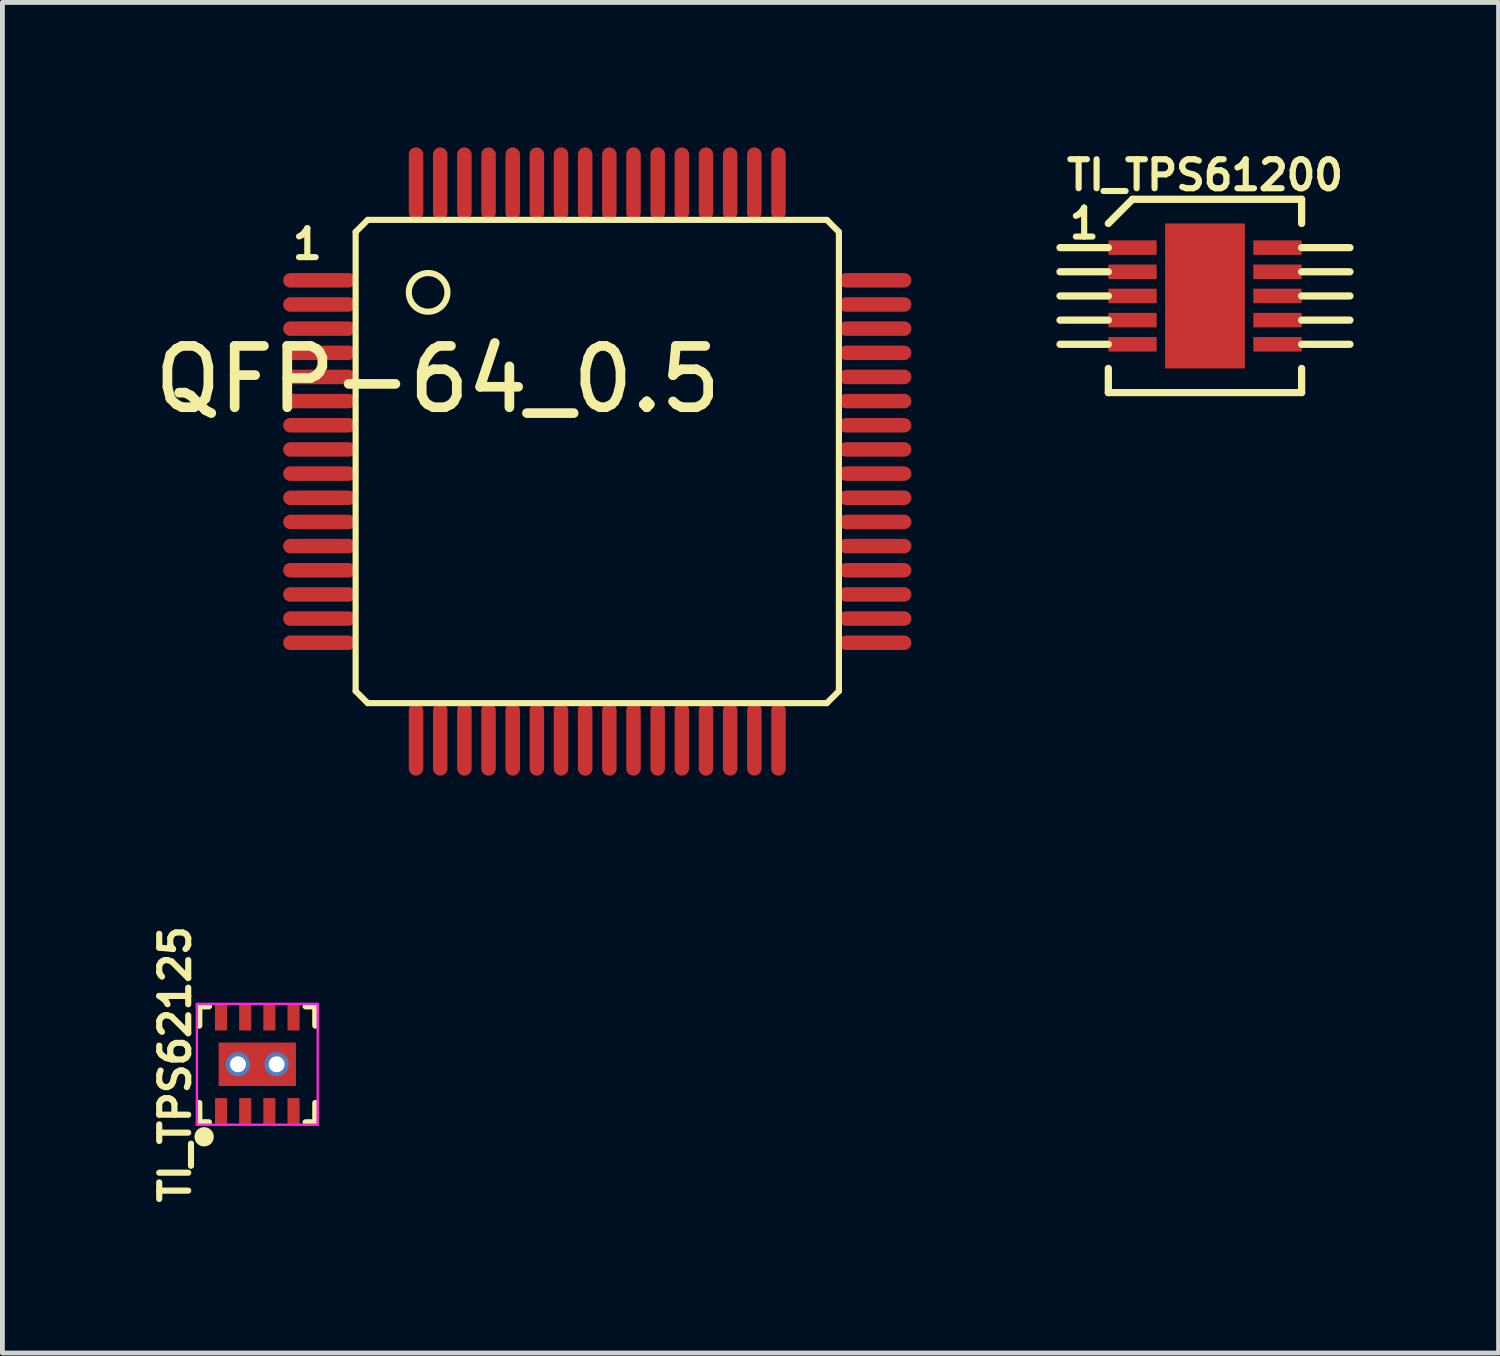
<source format=kicad_pcb>
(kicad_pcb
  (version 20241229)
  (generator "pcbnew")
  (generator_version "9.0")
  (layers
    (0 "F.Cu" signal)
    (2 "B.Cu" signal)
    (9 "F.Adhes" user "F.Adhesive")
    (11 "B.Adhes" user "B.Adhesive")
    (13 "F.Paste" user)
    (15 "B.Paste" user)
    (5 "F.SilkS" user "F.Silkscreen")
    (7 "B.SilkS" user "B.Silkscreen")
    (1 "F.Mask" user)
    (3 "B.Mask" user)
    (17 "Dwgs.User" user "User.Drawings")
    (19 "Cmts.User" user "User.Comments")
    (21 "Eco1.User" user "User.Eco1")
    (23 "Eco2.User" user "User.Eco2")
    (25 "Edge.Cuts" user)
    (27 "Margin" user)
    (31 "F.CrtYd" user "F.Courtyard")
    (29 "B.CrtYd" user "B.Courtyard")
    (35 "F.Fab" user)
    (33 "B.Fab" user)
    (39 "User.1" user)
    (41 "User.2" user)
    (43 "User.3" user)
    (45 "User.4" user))
  (footprint "TI_TPS62125"
    (layer "F.Cu")
    (at 2.274 18.973)
    (property "Reference" "TI_TPS62125" (at -1.7 0 90) (layer "F.SilkS") (effects (font (size 0.6 0.6) (thickness 0.127))))
    (attr smd)
    (fp_line (start -1.2 -1.2) (end -1.2 -0.8) (stroke (width 0.127) (type solid)) (layer "F.SilkS"))
    (fp_line (start -1.2 -1.2) (end -1 -1.2) (stroke (width 0.127) (type solid)) (layer "F.SilkS"))
    (fp_line (start -1.2 1.2) (end -1.2 0.8) (stroke (width 0.127) (type solid)) (layer "F.SilkS"))
    (fp_line (start -1 1.2) (end -1.2 1.2) (stroke (width 0.127) (type solid)) (layer "F.SilkS"))
    (fp_line (start 1 -1.2) (end 1.2 -1.2) (stroke (width 0.127) (type solid)) (layer "F.SilkS"))
    (fp_line (start 1 1.2) (end 1.2 1.2) (stroke (width 0.127) (type solid)) (layer "F.SilkS"))
    (fp_line (start 1.2 -1.2) (end 1.2 -0.8) (stroke (width 0.127) (type solid)) (layer "F.SilkS"))
    (fp_line (start 1.2 1.2) (end 1.2 0.8) (stroke (width 0.127) (type solid)) (layer "F.SilkS"))
    (fp_circle (center -1.1 1.5) (end -1.1 1.6) (stroke (width 0.2) (type solid)) (fill no) (layer "F.SilkS"))
    (fp_line (start -1.25 -1.25) (end 1.25 -1.25) (stroke (width 0.05) (type solid)) (layer "F.CrtYd"))
    (fp_line (start -1.25 1.25) (end -1.25 -1.25) (stroke (width 0.05) (type solid)) (layer "F.CrtYd"))
    (fp_line (start 1.25 -1.25) (end 1.25 1.25) (stroke (width 0.05) (type solid)) (layer "F.CrtYd"))
    (fp_line (start 1.25 1.25) (end -1.25 1.25) (stroke (width 0.05) (type solid)) (layer "F.CrtYd"))
    (pad "1" smd rect (at -0.75 0.975) (size 0.25 0.55) (layers "F.Cu" "F.Mask" "F.Paste"))
    (pad "2" smd rect (at -0.25 0.975) (size 0.25 0.55) (layers "F.Cu" "F.Mask" "F.Paste"))
    (pad "3" smd rect (at 0.25 0.975) (size 0.25 0.55) (layers "F.Cu" "F.Mask" "F.Paste"))
    (pad "4" smd rect (at 0.75 0.975) (size 0.25 0.55) (layers "F.Cu" "F.Mask" "F.Paste"))
    (pad "5" smd rect (at 0.75 -0.975) (size 0.25 0.55) (layers "F.Cu" "F.Mask" "F.Paste"))
    (pad "6" smd rect (at 0.25 -0.975) (size 0.25 0.55) (layers "F.Cu" "F.Mask" "F.Paste"))
    (pad "7" smd rect (at -0.25 -0.975) (size 0.25 0.55) (layers "F.Cu" "F.Mask" "F.Paste"))
    (pad "8" smd rect (at -0.75 -0.975) (size 0.25 0.55) (layers "F.Cu" "F.Mask" "F.Paste"))
    (pad "9" thru_hole circle (at -0.4 0) (size 0.5 0.5) (drill 0.33) (layers "*.Cu"))
    (pad "9" smd rect (at 0 0) (size 1.6 0.9) (layers "F.Cu" "F.Mask" "F.Paste"))
    (pad "9" thru_hole circle (at 0.4 0) (size 0.5 0.5) (drill 0.33) (layers "*.Cu")))
  (footprint "QFP-64_0.5"
    (layer "F.Cu")
    (at 9.309 6.5)
    (property "Reference" "QFP-64_0.5" (at -3.3 -1.7 0) (layer "F.SilkS") (effects (font (size 1.27 1.27) (thickness 0.2))))
    (attr smd)
    (fp_line (start -5 -4.75) (end -4.75 -5) (stroke (width 0.127) (type solid)) (layer "F.SilkS"))
    (fp_line (start -5 4.75) (end -5 -4.75) (stroke (width 0.127) (type solid)) (layer "F.SilkS"))
    (fp_line (start -4.75 -5) (end 4.75 -5) (stroke (width 0.127) (type solid)) (layer "F.SilkS"))
    (fp_line (start -4.75 5) (end -5 4.75) (stroke (width 0.127) (type solid)) (layer "F.SilkS"))
    (fp_line (start 4.75 -5) (end 5 -4.75) (stroke (width 0.127) (type solid)) (layer "F.SilkS"))
    (fp_line (start 4.75 5) (end -4.75 5) (stroke (width 0.127) (type solid)) (layer "F.SilkS"))
    (fp_line (start 5 -4.75) (end 5 4.75) (stroke (width 0.127) (type solid)) (layer "F.SilkS"))
    (fp_line (start 5 4.75) (end 4.75 5) (stroke (width 0.127) (type solid)) (layer "F.SilkS"))
    (fp_circle (center -3.5 -3.5) (end -3.1 -3.5) (stroke (width 0.127) (type solid)) (fill no) (layer "F.SilkS"))
    (fp_text user "1" (at -6 -4.5 0) (layer "F.SilkS") (effects (font (size 0.6 0.6) (thickness 0.127))))
    (pad "1" smd oval (at -5.75 -3.75) (size 1.5 0.3) (layers "F.Cu" "F.Mask" "F.Paste"))
    (pad "2" smd oval (at -5.75 -3.25) (size 1.5 0.3) (layers "F.Cu" "F.Mask" "F.Paste"))
    (pad "3" smd oval (at -5.75 -2.75) (size 1.5 0.3) (layers "F.Cu" "F.Mask" "F.Paste"))
    (pad "4" smd oval (at -5.75 -2.25) (size 1.5 0.3) (layers "F.Cu" "F.Mask" "F.Paste"))
    (pad "5" smd oval (at -5.75 -1.75) (size 1.5 0.3) (layers "F.Cu" "F.Mask" "F.Paste"))
    (pad "6" smd oval (at -5.75 -1.25) (size 1.5 0.3) (layers "F.Cu" "F.Mask" "F.Paste"))
    (pad "7" smd oval (at -5.75 -0.75) (size 1.5 0.3) (layers "F.Cu" "F.Mask" "F.Paste"))
    (pad "8" smd oval (at -5.75 -0.25) (size 1.5 0.3) (layers "F.Cu" "F.Mask" "F.Paste"))
    (pad "9" smd oval (at -5.75 0.25) (size 1.5 0.3) (layers "F.Cu" "F.Mask" "F.Paste"))
    (pad "10" smd oval (at -5.75 0.75) (size 1.5 0.3) (layers "F.Cu" "F.Mask" "F.Paste"))
    (pad "11" smd oval (at -5.75 1.25) (size 1.5 0.3) (layers "F.Cu" "F.Mask" "F.Paste"))
    (pad "12" smd oval (at -5.75 1.75) (size 1.5 0.3) (layers "F.Cu" "F.Mask" "F.Paste"))
    (pad "13" smd oval (at -5.75 2.25) (size 1.5 0.3) (layers "F.Cu" "F.Mask" "F.Paste"))
    (pad "14" smd oval (at -5.75 2.75) (size 1.5 0.3) (layers "F.Cu" "F.Mask" "F.Paste"))
    (pad "15" smd oval (at -5.75 3.25) (size 1.5 0.3) (layers "F.Cu" "F.Mask" "F.Paste"))
    (pad "16" smd oval (at -5.75 3.75) (size 1.5 0.3) (layers "F.Cu" "F.Mask" "F.Paste"))
    (pad "17" smd oval (at -3.75 5.75 90) (size 1.5 0.3) (layers "F.Cu" "F.Mask" "F.Paste"))
    (pad "18" smd oval (at -3.25 5.75 90) (size 1.5 0.3) (layers "F.Cu" "F.Mask" "F.Paste"))
    (pad "19" smd oval (at -2.75 5.75 90) (size 1.5 0.3) (layers "F.Cu" "F.Mask" "F.Paste"))
    (pad "20" smd oval (at -2.25 5.75 90) (size 1.5 0.3) (layers "F.Cu" "F.Mask" "F.Paste"))
    (pad "21" smd oval (at -1.75 5.75 90) (size 1.5 0.3) (layers "F.Cu" "F.Mask" "F.Paste"))
    (pad "22" smd oval (at -1.25 5.75 90) (size 1.5 0.3) (layers "F.Cu" "F.Mask" "F.Paste"))
    (pad "23" smd oval (at -0.75 5.75 90) (size 1.5 0.3) (layers "F.Cu" "F.Mask" "F.Paste"))
    (pad "24" smd oval (at -0.25 5.75 90) (size 1.5 0.3) (layers "F.Cu" "F.Mask" "F.Paste"))
    (pad "25" smd oval (at 0.25 5.75 90) (size 1.5 0.3) (layers "F.Cu" "F.Mask" "F.Paste"))
    (pad "26" smd oval (at 0.75 5.75 90) (size 1.5 0.3) (layers "F.Cu" "F.Mask" "F.Paste"))
    (pad "27" smd oval (at 1.25 5.75 90) (size 1.5 0.3) (layers "F.Cu" "F.Mask" "F.Paste"))
    (pad "28" smd oval (at 1.75 5.75 90) (size 1.5 0.3) (layers "F.Cu" "F.Mask" "F.Paste"))
    (pad "29" smd oval (at 2.25 5.75 90) (size 1.5 0.3) (layers "F.Cu" "F.Mask" "F.Paste"))
    (pad "30" smd oval (at 2.75 5.75 90) (size 1.5 0.3) (layers "F.Cu" "F.Mask" "F.Paste"))
    (pad "31" smd oval (at 3.25 5.75 90) (size 1.5 0.3) (layers "F.Cu" "F.Mask" "F.Paste"))
    (pad "32" smd oval (at 3.75 5.75 90) (size 1.5 0.3) (layers "F.Cu" "F.Mask" "F.Paste"))
    (pad "33" smd oval (at 5.75 3.75) (size 1.5 0.3) (layers "F.Cu" "F.Mask" "F.Paste"))
    (pad "34" smd oval (at 5.75 3.25) (size 1.5 0.3) (layers "F.Cu" "F.Mask" "F.Paste"))
    (pad "35" smd oval (at 5.75 2.75) (size 1.5 0.3) (layers "F.Cu" "F.Mask" "F.Paste"))
    (pad "36" smd oval (at 5.75 2.25) (size 1.5 0.3) (layers "F.Cu" "F.Mask" "F.Paste"))
    (pad "37" smd oval (at 5.75 1.75) (size 1.5 0.3) (layers "F.Cu" "F.Mask" "F.Paste"))
    (pad "38" smd oval (at 5.75 1.25) (size 1.5 0.3) (layers "F.Cu" "F.Mask" "F.Paste"))
    (pad "39" smd oval (at 5.75 0.75) (size 1.5 0.3) (layers "F.Cu" "F.Mask" "F.Paste"))
    (pad "40" smd oval (at 5.75 0.25) (size 1.5 0.3) (layers "F.Cu" "F.Mask" "F.Paste"))
    (pad "41" smd oval (at 5.75 -0.25) (size 1.5 0.3) (layers "F.Cu" "F.Mask" "F.Paste"))
    (pad "42" smd oval (at 5.75 -0.75) (size 1.5 0.3) (layers "F.Cu" "F.Mask" "F.Paste"))
    (pad "43" smd oval (at 5.75 -1.25) (size 1.5 0.3) (layers "F.Cu" "F.Mask" "F.Paste"))
    (pad "44" smd oval (at 5.75 -1.75) (size 1.5 0.3) (layers "F.Cu" "F.Mask" "F.Paste"))
    (pad "45" smd oval (at 5.75 -2.25) (size 1.5 0.3) (layers "F.Cu" "F.Mask" "F.Paste"))
    (pad "46" smd oval (at 5.75 -2.75) (size 1.5 0.3) (layers "F.Cu" "F.Mask" "F.Paste"))
    (pad "47" smd oval (at 5.75 -3.25) (size 1.5 0.3) (layers "F.Cu" "F.Mask" "F.Paste"))
    (pad "48" smd oval (at 5.75 -3.75) (size 1.5 0.3) (layers "F.Cu" "F.Mask" "F.Paste"))
    (pad "49" smd oval (at 3.75 -5.75 90) (size 1.5 0.3) (layers "F.Cu" "F.Mask" "F.Paste"))
    (pad "50" smd oval (at 3.25 -5.75 90) (size 1.5 0.3) (layers "F.Cu" "F.Mask" "F.Paste"))
    (pad "51" smd oval (at 2.75 -5.75 90) (size 1.5 0.3) (layers "F.Cu" "F.Mask" "F.Paste"))
    (pad "52" smd oval (at 2.25 -5.75 90) (size 1.5 0.3) (layers "F.Cu" "F.Mask" "F.Paste"))
    (pad "53" smd oval (at 1.75 -5.75 90) (size 1.5 0.3) (layers "F.Cu" "F.Mask" "F.Paste"))
    (pad "54" smd oval (at 1.25 -5.75 90) (size 1.5 0.3) (layers "F.Cu" "F.Mask" "F.Paste"))
    (pad "55" smd oval (at 0.75 -5.75 90) (size 1.5 0.3) (layers "F.Cu" "F.Mask" "F.Paste"))
    (pad "56" smd oval (at 0.25 -5.75 90) (size 1.5 0.3) (layers "F.Cu" "F.Mask" "F.Paste"))
    (pad "57" smd oval (at -0.25 -5.75 90) (size 1.5 0.3) (layers "F.Cu" "F.Mask" "F.Paste"))
    (pad "58" smd oval (at -0.75 -5.75 90) (size 1.5 0.3) (layers "F.Cu" "F.Mask" "F.Paste"))
    (pad "59" smd oval (at -1.25 -5.75 90) (size 1.5 0.3) (layers "F.Cu" "F.Mask" "F.Paste"))
    (pad "60" smd oval (at -1.75 -5.75 90) (size 1.5 0.3) (layers "F.Cu" "F.Mask" "F.Paste"))
    (pad "61" smd oval (at -2.25 -5.75 90) (size 1.5 0.3) (layers "F.Cu" "F.Mask" "F.Paste"))
    (pad "62" smd oval (at -2.75 -5.75 90) (size 1.5 0.3) (layers "F.Cu" "F.Mask" "F.Paste"))
    (pad "63" smd oval (at -3.25 -5.75 90) (size 1.5 0.3) (layers "F.Cu" "F.Mask" "F.Paste"))
    (pad "64" smd oval (at -3.75 -5.75 90) (size 1.5 0.3) (layers "F.Cu" "F.Mask" "F.Paste")))
  (footprint "TI_TPS61200"
    (layer "F.Cu")
    (at 21.884 3.074)
    (property "Reference" "TI_TPS61200" (at 0 -2.5 180) (layer "F.SilkS") (effects (font (size 0.6 0.6) (thickness 0.127))))
    (attr smd)
    (fp_line (start -2 -1) (end -3 -1) (stroke (width 0.15) (type solid)) (layer "F.SilkS"))
    (fp_line (start -2 -0.5) (end -3 -0.5) (stroke (width 0.15) (type solid)) (layer "F.SilkS"))
    (fp_line (start -2 0) (end -3 0) (stroke (width 0.15) (type solid)) (layer "F.SilkS"))
    (fp_line (start -2 0.5) (end -3 0.5) (stroke (width 0.15) (type solid)) (layer "F.SilkS"))
    (fp_line (start -2 1) (end -3 1) (stroke (width 0.15) (type solid)) (layer "F.SilkS"))
    (fp_line (start -2 2) (end -2 1.5) (stroke (width 0.15) (type solid)) (layer "F.SilkS"))
    (fp_line (start -1.5 -2) (end -2 -1.5) (stroke (width 0.15) (type solid)) (layer "F.SilkS"))
    (fp_line (start -1.5 -2) (end 2 -2) (stroke (width 0.15) (type solid)) (layer "F.SilkS"))
    (fp_line (start 2 -2) (end 2 -1.5) (stroke (width 0.15) (type solid)) (layer "F.SilkS"))
    (fp_line (start 2 -1) (end 3 -1) (stroke (width 0.15) (type solid)) (layer "F.SilkS"))
    (fp_line (start 2 -0.5) (end 3 -0.5) (stroke (width 0.15) (type solid)) (layer "F.SilkS"))
    (fp_line (start 2 0) (end 3 0) (stroke (width 0.15) (type solid)) (layer "F.SilkS"))
    (fp_line (start 2 0.5) (end 3 0.5) (stroke (width 0.15) (type solid)) (layer "F.SilkS"))
    (fp_line (start 2 1) (end 3 1) (stroke (width 0.15) (type solid)) (layer "F.SilkS"))
    (fp_line (start 2 2) (end -2 2) (stroke (width 0.15) (type solid)) (layer "F.SilkS"))
    (fp_line (start 2 2) (end 2 1.5) (stroke (width 0.15) (type solid)) (layer "F.SilkS"))
    (fp_text user "1" (at -2.5 -1.5 0) (layer "F.SilkS") (effects (font (size 0.6 0.6) (thickness 0.127))))
    (pad "1" smd rect (at -1.5 -1) (size 1 0.3) (layers "F.Cu" "F.Mask" "F.Paste"))
    (pad "2" smd rect (at -1.5 -0.5) (size 1 0.3) (layers "F.Cu" "F.Mask" "F.Paste"))
    (pad "3" smd rect (at -1.5 0) (size 1 0.3) (layers "F.Cu" "F.Mask" "F.Paste"))
    (pad "4" smd rect (at -1.5 0.5) (size 1 0.3) (layers "F.Cu" "F.Mask" "F.Paste"))
    (pad "4" smd rect (at 0 0) (size 1.65 3) (layers "F.Cu" "F.Mask" "F.Paste"))
    (pad "5" smd rect (at -1.5 1) (size 1 0.3) (layers "F.Cu" "F.Mask" "F.Paste"))
    (pad "6" smd rect (at 1.5 1) (size 1 0.3) (layers "F.Cu" "F.Mask" "F.Paste"))
    (pad "7" smd rect (at 1.5 0.5) (size 1 0.3) (layers "F.Cu" "F.Mask" "F.Paste"))
    (pad "8" smd rect (at 1.5 0) (size 1 0.3) (layers "F.Cu" "F.Mask" "F.Paste"))
    (pad "9" smd rect (at 1.5 -0.5) (size 1 0.3) (layers "F.Cu" "F.Mask" "F.Paste"))
    (pad "10" smd rect (at 1.5 -1) (size 1 0.3) (layers "F.Cu" "F.Mask" "F.Paste")))
  (gr_rect
    (start -3 -3)
    (end 27.959 24.947)
    (stroke (width 0.1) (type default))
    (fill no)
    (layer "Edge.Cuts")))
</source>
